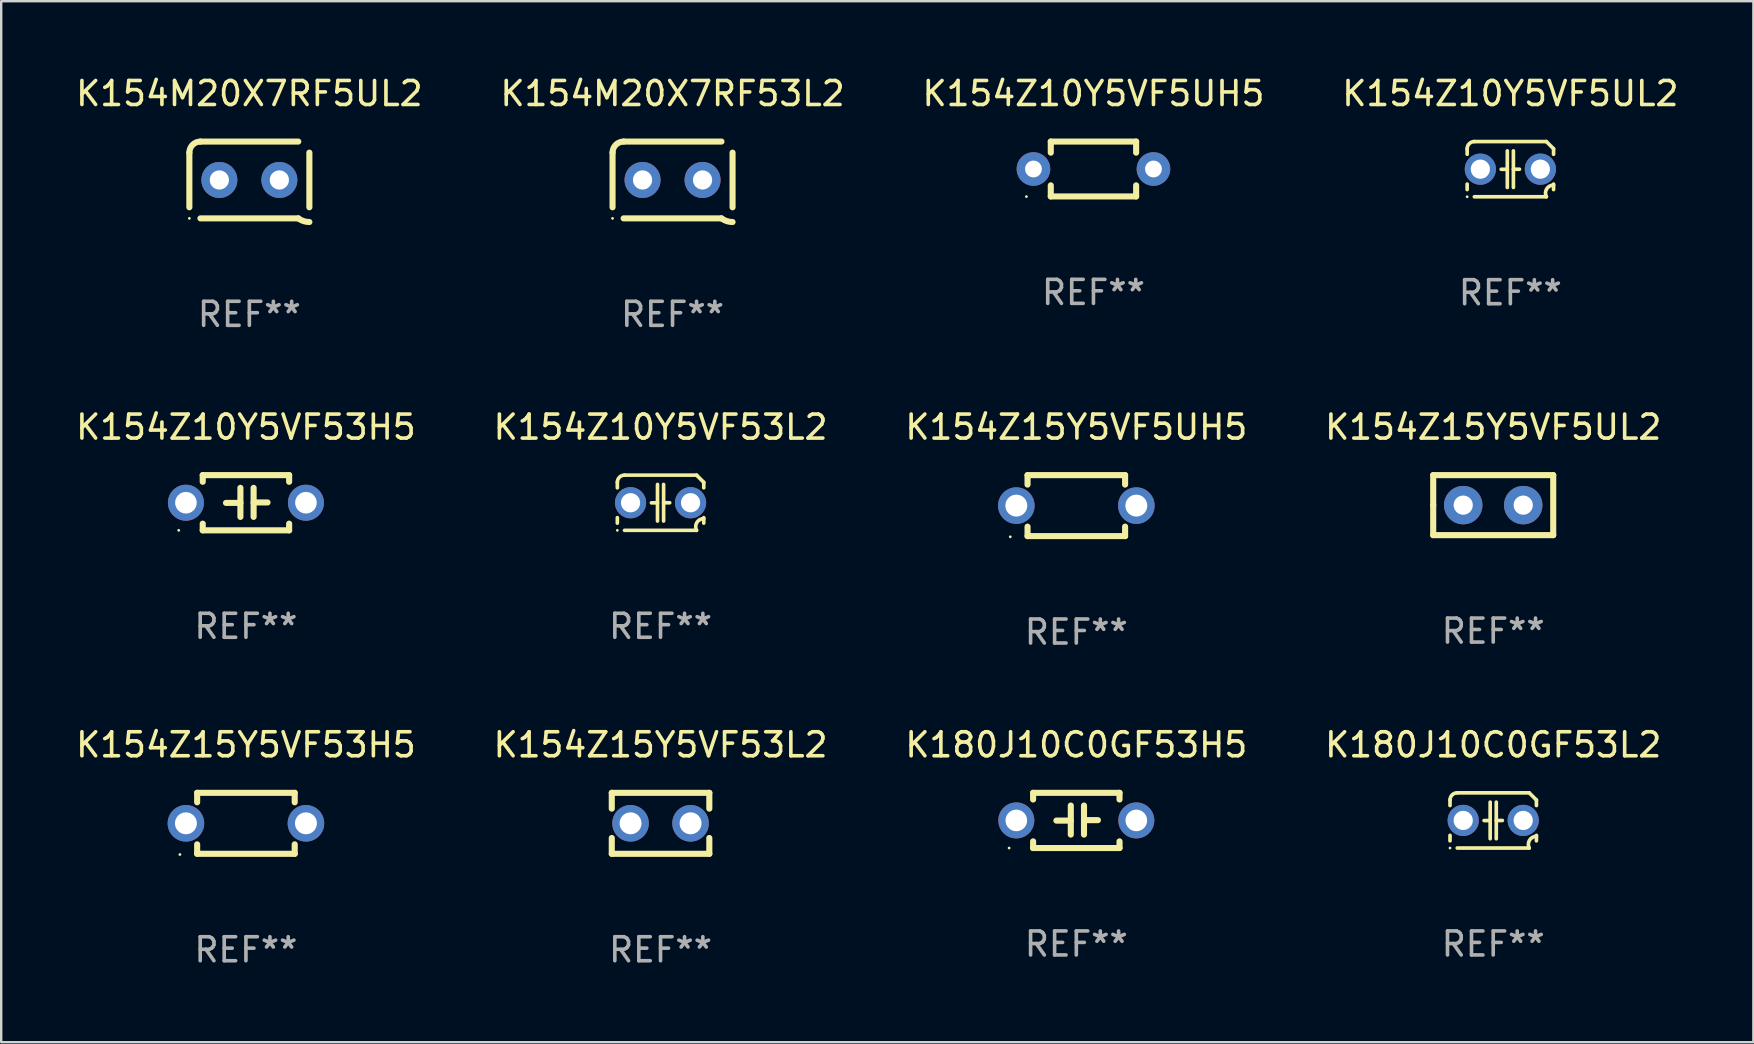
<source format=kicad_pcb>
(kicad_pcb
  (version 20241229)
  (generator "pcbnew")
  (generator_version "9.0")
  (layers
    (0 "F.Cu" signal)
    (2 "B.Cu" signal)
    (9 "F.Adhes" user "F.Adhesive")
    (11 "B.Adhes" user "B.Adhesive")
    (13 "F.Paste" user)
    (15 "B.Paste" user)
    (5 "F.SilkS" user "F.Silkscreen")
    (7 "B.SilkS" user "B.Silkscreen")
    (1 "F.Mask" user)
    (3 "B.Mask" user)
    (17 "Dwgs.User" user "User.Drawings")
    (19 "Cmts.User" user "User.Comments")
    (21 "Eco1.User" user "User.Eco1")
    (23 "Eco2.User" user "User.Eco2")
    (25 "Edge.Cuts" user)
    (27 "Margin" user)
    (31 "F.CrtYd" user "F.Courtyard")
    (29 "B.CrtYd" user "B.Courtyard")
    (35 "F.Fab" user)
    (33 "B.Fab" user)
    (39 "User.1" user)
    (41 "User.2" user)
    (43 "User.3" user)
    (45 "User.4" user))
  (footprint "K154M20X7RF5UL2"
    (layer "F.Cu")
    (at 7.339 4.448)
    (property "Reference" "K154M20X7RF5UL2" (at 0 -3.6 0) (layer "F.SilkS") (effects (font (size 1 1) (thickness 0.15))))
    (attr through_hole)
    (fp_line (start -2.5 1.138) (end -2.5 -1.138) (stroke (width 0.254) (type solid)) (layer "F.SilkS"))
    (fp_line (start -2.038 1.6) (end 2.038 1.6) (stroke (width 0.254) (type solid)) (layer "F.SilkS"))
    (fp_line (start 2.038 -1.6) (end -2.038 -1.6) (stroke (width 0.254) (type solid)) (layer "F.SilkS"))
    (fp_line (start 2.5 -1.138) (end 2.5 1.138) (stroke (width 0.254) (type solid)) (layer "F.SilkS"))
    (fp_arc (start -2.5 -1.137744) (mid -2.364601 -1.464626) (end -2.037719 -1.600025) (stroke (width 0.254001) (type solid)) (layer "F.SilkS"))
    (fp_arc (start -2.5 1.137719) (mid 2.500022 -1.137741) (end -2.5 1.137719) (stroke (width 0.254001) (type solid)) (layer "F.SilkS"))
    (fp_arc (start 2.5 1.751767) (mid 2.256726 1.712861) (end 2.037719 1.600025) (stroke (width 0.254001) (type solid)) (layer "F.SilkS"))
    (fp_circle (center -2.5 1.6) (end -2.47 1.6) (stroke (width 0.06) (type solid)) (fill no) (layer "F.SilkS"))
    (fp_text user "REF**" (at 0 5.6 0) (layer "F.Fab") (effects (font (size 1 1) (thickness 0.15))))
    (pad "1" thru_hole circle (at -1.25 -0.000076) (size 1.5 1.5) (drill 0.8) (layers "*.Cu" "*.Mask"))
    (pad "2" thru_hole circle (at 1.25 -0.000076) (size 1.5 1.5) (drill 0.8) (layers "*.Cu" "*.Mask")))
  (footprint "K180J10C0GF53H5"
    (layer "F.Cu")
    (at 41.792 31.131)
    (property "Reference" "K180J10C0GF53H5" (at 0 -3.15 0) (layer "F.SilkS") (effects (font (size 1 1) (thickness 0.15))))
    (attr through_hole)
    (fp_line (start -1.8 -1.15) (end -1.8 -0.872) (stroke (width 0.254) (type solid)) (layer "F.SilkS"))
    (fp_line (start -1.8 -1.15) (end 1.8 -1.15) (stroke (width 0.254) (type solid)) (layer "F.SilkS"))
    (fp_line (start -1.8 0.872) (end -1.8 1.15) (stroke (width 0.254) (type solid)) (layer "F.SilkS"))
    (fp_line (start -1.8 1.15) (end 1.8 1.15) (stroke (width 0.254) (type solid)) (layer "F.SilkS"))
    (fp_line (start -0.23 -0.62) (end -0.23 0.59) (stroke (width 0.254) (type solid)) (layer "F.SilkS"))
    (fp_line (start -0.23 0.007) (end -0.83 0.007) (stroke (width 0.254) (type solid)) (layer "F.SilkS"))
    (fp_line (start 0.32 -0.62) (end 0.32 0.59) (stroke (width 0.254) (type solid)) (layer "F.SilkS"))
    (fp_line (start 0.32 -0.012) (end 0.9 -0.012) (stroke (width 0.254) (type solid)) (layer "F.SilkS"))
    (fp_line (start 1.8 -1.15) (end 1.8 -0.872) (stroke (width 0.254) (type solid)) (layer "F.SilkS"))
    (fp_line (start 1.8 0.872) (end 1.8 1.15) (stroke (width 0.254) (type solid)) (layer "F.SilkS"))
    (fp_circle (center -2.8 1.15) (end -2.77 1.15) (stroke (width 0.06) (type solid)) (fill no) (layer "F.SilkS"))
    (fp_text user "REF**" (at 0 5.15 0) (layer "F.Fab") (effects (font (size 1 1) (thickness 0.15))))
    (pad "1" thru_hole circle (at -2.5 0) (size 1.5 1.5) (drill 0.9) (layers "*.Cu" "*.Mask"))
    (pad "2" thru_hole circle (at 2.5 0) (size 1.5 1.5) (drill 0.9) (layers "*.Cu" "*.Mask")))
  (footprint "K154Z15Y5VF5UH5"
    (layer "F.Cu")
    (at 41.792 18.015)
    (property "Reference" "K154Z15Y5VF5UH5" (at 0 -3.27 0) (layer "F.SilkS") (effects (font (size 1 1) (thickness 0.15))))
    (attr through_hole)
    (fp_line (start -2.032 -1.27) (end -2.032 -0.876) (stroke (width 0.254) (type solid)) (layer "F.SilkS"))
    (fp_line (start -2.032 0.876) (end -2.032 1.27) (stroke (width 0.254) (type solid)) (layer "F.SilkS"))
    (fp_line (start -2.032 1.27) (end 2.032 1.27) (stroke (width 0.254) (type solid)) (layer "F.SilkS"))
    (fp_line (start 2.032 -1.27) (end -2.032 -1.27) (stroke (width 0.254) (type solid)) (layer "F.SilkS"))
    (fp_line (start 2.032 -0.876) (end 2.032 -1.27) (stroke (width 0.254) (type solid)) (layer "F.SilkS"))
    (fp_line (start 2.032 1.27) (end 2.032 0.876) (stroke (width 0.254) (type solid)) (layer "F.SilkS"))
    (fp_circle (center -2.751 1.3) (end -2.721 1.3) (stroke (width 0.06) (type solid)) (fill no) (layer "F.SilkS"))
    (fp_text user "REF**" (at 0 5.27 0) (layer "F.Fab") (effects (font (size 1 1) (thickness 0.15))))
    (pad "1" thru_hole circle (at -2.5 0) (size 1.524 1.524) (drill 0.914) (layers "*.Cu" "*.Mask"))
    (pad "2" thru_hole circle (at 2.5 0) (size 1.524 1.524) (drill 0.914) (layers "*.Cu" "*.Mask")))
  (footprint "K154Z10Y5VF5UH5"
    (layer "F.Cu")
    (at 42.506 3.991)
    (property "Reference" "K154Z10Y5VF5UH5" (at 0 -3.143 0) (layer "F.SilkS") (effects (font (size 1 1) (thickness 0.15))))
    (attr through_hole)
    (fp_line (start -1.778 -1.143) (end 1.778 -1.143) (stroke (width 0.254) (type solid)) (layer "F.SilkS"))
    (fp_line (start -1.778 -0.681) (end -1.778 -1.143) (stroke (width 0.254) (type solid)) (layer "F.SilkS"))
    (fp_line (start -1.778 1.143) (end -1.778 0.681) (stroke (width 0.254) (type solid)) (layer "F.SilkS"))
    (fp_line (start 1.778 -1.143) (end 1.778 -0.681) (stroke (width 0.254) (type solid)) (layer "F.SilkS"))
    (fp_line (start 1.778 0.681) (end 1.778 1.143) (stroke (width 0.254) (type solid)) (layer "F.SilkS"))
    (fp_line (start 1.778 1.143) (end -1.778 1.143) (stroke (width 0.254) (type solid)) (layer "F.SilkS"))
    (fp_circle (center -2.794 1.15) (end -2.764 1.15) (stroke (width 0.06) (type solid)) (fill no) (layer "F.SilkS"))
    (fp_text user "REF**" (at 0 5.143 0) (layer "F.Fab") (effects (font (size 1 1) (thickness 0.15))))
    (pad "1" thru_hole circle (at -2.5 0) (size 1.4 1.4) (drill 0.7) (layers "*.Cu" "*.Mask"))
    (pad "2" thru_hole circle (at 2.5 0) (size 1.4 1.4) (drill 0.7) (layers "*.Cu" "*.Mask")))
  (footprint "K154M20X7RF53L2"
    (layer "F.Cu")
    (at 24.97 4.448)
    (property "Reference" "K154M20X7RF53L2" (at 0 -3.6 0) (layer "F.SilkS") (effects (font (size 1 1) (thickness 0.15))))
    (attr through_hole)
    (fp_line (start -2.5 1.138) (end -2.5 -1.138) (stroke (width 0.254) (type solid)) (layer "F.SilkS"))
    (fp_line (start -2.038 1.6) (end 2.038 1.6) (stroke (width 0.254) (type solid)) (layer "F.SilkS"))
    (fp_line (start 2.038 -1.6) (end -2.038 -1.6) (stroke (width 0.254) (type solid)) (layer "F.SilkS"))
    (fp_line (start 2.5 -1.138) (end 2.5 1.138) (stroke (width 0.254) (type solid)) (layer "F.SilkS"))
    (fp_arc (start -2.5 -1.137744) (mid -2.364601 -1.464626) (end -2.037719 -1.600025) (stroke (width 0.254001) (type solid)) (layer "F.SilkS"))
    (fp_arc (start -2.5 1.137719) (mid 2.500022 -1.137741) (end -2.5 1.137719) (stroke (width 0.254001) (type solid)) (layer "F.SilkS"))
    (fp_arc (start 2.5 1.751767) (mid 2.256726 1.712861) (end 2.037719 1.600025) (stroke (width 0.254001) (type solid)) (layer "F.SilkS"))
    (fp_circle (center -2.5 1.6) (end -2.47 1.6) (stroke (width 0.06) (type solid)) (fill no) (layer "F.SilkS"))
    (fp_text user "REF**" (at 0 5.6 0) (layer "F.Fab") (effects (font (size 1 1) (thickness 0.15))))
    (pad "1" thru_hole circle (at -1.25 -0.000076) (size 1.5 1.5) (drill 0.8) (layers "*.Cu" "*.Mask"))
    (pad "2" thru_hole circle (at 1.25 -0.000076) (size 1.5 1.5) (drill 0.8) (layers "*.Cu" "*.Mask")))
  (footprint "K154Z10Y5VF53H5"
    (layer "F.Cu")
    (at 7.196 17.895)
    (property "Reference" "K154Z10Y5VF53H5" (at 0 -3.15 0) (layer "F.SilkS") (effects (font (size 1 1) (thickness 0.15))))
    (attr through_hole)
    (fp_line (start -1.8 -1.15) (end -1.8 -0.872) (stroke (width 0.254) (type solid)) (layer "F.SilkS"))
    (fp_line (start -1.8 -1.15) (end 1.8 -1.15) (stroke (width 0.254) (type solid)) (layer "F.SilkS"))
    (fp_line (start -1.8 0.872) (end -1.8 1.15) (stroke (width 0.254) (type solid)) (layer "F.SilkS"))
    (fp_line (start -1.8 1.15) (end 1.8 1.15) (stroke (width 0.254) (type solid)) (layer "F.SilkS"))
    (fp_line (start -0.23 -0.62) (end -0.23 0.59) (stroke (width 0.254) (type solid)) (layer "F.SilkS"))
    (fp_line (start -0.23 0.007) (end -0.83 0.007) (stroke (width 0.254) (type solid)) (layer "F.SilkS"))
    (fp_line (start 0.32 -0.62) (end 0.32 0.59) (stroke (width 0.254) (type solid)) (layer "F.SilkS"))
    (fp_line (start 0.32 -0.012) (end 0.9 -0.012) (stroke (width 0.254) (type solid)) (layer "F.SilkS"))
    (fp_line (start 1.8 -1.15) (end 1.8 -0.872) (stroke (width 0.254) (type solid)) (layer "F.SilkS"))
    (fp_line (start 1.8 0.872) (end 1.8 1.15) (stroke (width 0.254) (type solid)) (layer "F.SilkS"))
    (fp_circle (center -2.8 1.15) (end -2.77 1.15) (stroke (width 0.06) (type solid)) (fill no) (layer "F.SilkS"))
    (fp_text user "REF**" (at 0 5.15 0) (layer "F.Fab") (effects (font (size 1 1) (thickness 0.15))))
    (pad "1" thru_hole circle (at -2.5 0) (size 1.5 1.5) (drill 0.9) (layers "*.Cu" "*.Mask"))
    (pad "2" thru_hole circle (at 2.5 0) (size 1.5 1.5) (drill 0.9) (layers "*.Cu" "*.Mask")))
  (footprint "K154Z10Y5VF53L2"
    (layer "F.Cu")
    (at 24.47 17.895)
    (property "Reference" "K154Z10Y5VF53L2" (at 0 -3.15 0) (layer "F.SilkS") (effects (font (size 1 1) (thickness 0.15))))
    (attr through_hole)
    (fp_line (start -1.8 -0.621) (end -1.8 -0.85) (stroke (width 0.152) (type solid)) (layer "F.SilkS"))
    (fp_line (start -1.8 0.85) (end -1.8 0.621) (stroke (width 0.152) (type solid)) (layer "F.SilkS"))
    (fp_line (start -1.5 -1.15) (end 1.5 -1.15) (stroke (width 0.152) (type solid)) (layer "F.SilkS"))
    (fp_line (start -0.127 -0.762) (end -0.127 0.762) (stroke (width 0.152) (type solid)) (layer "F.SilkS"))
    (fp_line (start -0.127 0.005) (end -0.381 0.005) (stroke (width 0.152) (type solid)) (layer "F.SilkS"))
    (fp_line (start 0.127 -0.762) (end 0.127 0.762) (stroke (width 0.152) (type solid)) (layer "F.SilkS"))
    (fp_line (start 0.127 0.002) (end 0.381 0.002) (stroke (width 0.152) (type solid)) (layer "F.SilkS"))
    (fp_line (start 1.5 1.15) (end -1.5 1.15) (stroke (width 0.152) (type solid)) (layer "F.SilkS"))
    (fp_line (start 1.8 -0.85) (end 1.8 -0.621) (stroke (width 0.152) (type solid)) (layer "F.SilkS"))
    (fp_line (start 1.8 0.621) (end 1.8 0.85) (stroke (width 0.152) (type solid)) (layer "F.SilkS"))
    (fp_arc (start -1.799975 -0.849987) (mid -1.712107 -1.062119) (end -1.499975 -1.149987) (stroke (width 0.151994) (type solid)) (layer "F.SilkS"))
    (fp_arc (start 1.499975 1.149987) (mid 1.513726 0.822359) (end 1.799975 0.662387) (stroke (width 0.151994) (type solid)) (layer "F.SilkS"))
    (fp_arc (start 1.500001 -1.149986) (mid 1.650015 -1.000001) (end 1.8 -0.849987) (stroke (width 0.151994) (type solid)) (layer "F.SilkS"))
    (fp_circle (center -1.8 1.15) (end -1.77 1.15) (stroke (width 0.06) (type solid)) (fill no) (layer "F.SilkS"))
    (fp_text user "REF**" (at 0 5.15 0) (layer "F.Fab") (effects (font (size 1 1) (thickness 0.15))))
    (pad "1" thru_hole circle (at -1.25 0) (size 1.3 1.3) (drill 0.8) (layers "*.Cu" "*.Mask"))
    (pad "2" thru_hole circle (at 1.25 0) (size 1.3 1.3) (drill 0.8) (layers "*.Cu" "*.Mask")))
  (footprint "K180J10C0GF53L2"
    (layer "F.Cu")
    (at 59.161 31.131)
    (property "Reference" "K180J10C0GF53L2" (at 0 -3.15 0) (layer "F.SilkS") (effects (font (size 1 1) (thickness 0.15))))
    (attr through_hole)
    (fp_line (start -1.8 -0.621) (end -1.8 -0.85) (stroke (width 0.152) (type solid)) (layer "F.SilkS"))
    (fp_line (start -1.8 0.85) (end -1.8 0.621) (stroke (width 0.152) (type solid)) (layer "F.SilkS"))
    (fp_line (start -1.5 -1.15) (end 1.5 -1.15) (stroke (width 0.152) (type solid)) (layer "F.SilkS"))
    (fp_line (start -0.127 -0.762) (end -0.127 0.762) (stroke (width 0.152) (type solid)) (layer "F.SilkS"))
    (fp_line (start -0.127 0.005) (end -0.381 0.005) (stroke (width 0.152) (type solid)) (layer "F.SilkS"))
    (fp_line (start 0.127 -0.762) (end 0.127 0.762) (stroke (width 0.152) (type solid)) (layer "F.SilkS"))
    (fp_line (start 0.127 0.002) (end 0.381 0.002) (stroke (width 0.152) (type solid)) (layer "F.SilkS"))
    (fp_line (start 1.5 1.15) (end -1.5 1.15) (stroke (width 0.152) (type solid)) (layer "F.SilkS"))
    (fp_line (start 1.8 -0.85) (end 1.8 -0.621) (stroke (width 0.152) (type solid)) (layer "F.SilkS"))
    (fp_line (start 1.8 0.621) (end 1.8 0.85) (stroke (width 0.152) (type solid)) (layer "F.SilkS"))
    (fp_arc (start -1.799975 -0.849987) (mid -1.712107 -1.062119) (end -1.499975 -1.149987) (stroke (width 0.151994) (type solid)) (layer "F.SilkS"))
    (fp_arc (start 1.499975 1.149987) (mid 1.513726 0.822359) (end 1.799975 0.662387) (stroke (width 0.151994) (type solid)) (layer "F.SilkS"))
    (fp_arc (start 1.500001 -1.149986) (mid 1.650015 -1.000001) (end 1.8 -0.849987) (stroke (width 0.151994) (type solid)) (layer "F.SilkS"))
    (fp_circle (center -1.8 1.15) (end -1.77 1.15) (stroke (width 0.06) (type solid)) (fill no) (layer "F.SilkS"))
    (fp_text user "REF**" (at 0 5.15 0) (layer "F.Fab") (effects (font (size 1 1) (thickness 0.15))))
    (pad "1" thru_hole circle (at -1.25 0) (size 1.3 1.3) (drill 0.8) (layers "*.Cu" "*.Mask"))
    (pad "2" thru_hole circle (at 1.25 0) (size 1.3 1.3) (drill 0.8) (layers "*.Cu" "*.Mask")))
  (footprint "K154Z15Y5VF53H5"
    (layer "F.Cu")
    (at 7.196 31.251)
    (property "Reference" "K154Z15Y5VF53H5" (at 0 -3.27 0) (layer "F.SilkS") (effects (font (size 1 1) (thickness 0.15))))
    (attr through_hole)
    (fp_line (start -2.032 -1.27) (end -2.032 -0.876) (stroke (width 0.254) (type solid)) (layer "F.SilkS"))
    (fp_line (start -2.032 0.876) (end -2.032 1.27) (stroke (width 0.254) (type solid)) (layer "F.SilkS"))
    (fp_line (start -2.032 1.27) (end 2.032 1.27) (stroke (width 0.254) (type solid)) (layer "F.SilkS"))
    (fp_line (start 2.032 -1.27) (end -2.032 -1.27) (stroke (width 0.254) (type solid)) (layer "F.SilkS"))
    (fp_line (start 2.032 -0.876) (end 2.032 -1.27) (stroke (width 0.254) (type solid)) (layer "F.SilkS"))
    (fp_line (start 2.032 1.27) (end 2.032 0.876) (stroke (width 0.254) (type solid)) (layer "F.SilkS"))
    (fp_circle (center -2.751 1.3) (end -2.721 1.3) (stroke (width 0.06) (type solid)) (fill no) (layer "F.SilkS"))
    (fp_text user "REF**" (at 0 5.27 0) (layer "F.Fab") (effects (font (size 1 1) (thickness 0.15))))
    (pad "1" thru_hole circle (at -2.5 0) (size 1.524 1.524) (drill 0.914) (layers "*.Cu" "*.Mask"))
    (pad "2" thru_hole circle (at 2.5 0) (size 1.524 1.524) (drill 0.914) (layers "*.Cu" "*.Mask")))
  (footprint "K154Z15Y5VF53L2"
    (layer "F.Cu")
    (at 24.47 31.251)
    (property "Reference" "K154Z15Y5VF53L2" (at 0 -3.27 0) (layer "F.SilkS") (effects (font (size 1 1) (thickness 0.15))))
    (attr through_hole)
    (fp_line (start -2.032 -1.27) (end -2.032 -0.611) (stroke (width 0.254) (type solid)) (layer "F.SilkS"))
    (fp_line (start -2.032 0.611) (end -2.032 1.27) (stroke (width 0.254) (type solid)) (layer "F.SilkS"))
    (fp_line (start -2.032 1.27) (end 2.032 1.27) (stroke (width 0.254) (type solid)) (layer "F.SilkS"))
    (fp_line (start 2.032 -1.27) (end -2.032 -1.27) (stroke (width 0.254) (type solid)) (layer "F.SilkS"))
    (fp_line (start 2.032 -0.611) (end 2.032 -1.27) (stroke (width 0.254) (type solid)) (layer "F.SilkS"))
    (fp_line (start 2.032 1.27) (end 2.032 0.611) (stroke (width 0.254) (type solid)) (layer "F.SilkS"))
    (fp_circle (center -2 1.3) (end -1.97 1.3) (stroke (width 0.06) (type solid)) (fill no) (layer "F.SilkS"))
    (fp_text user "REF**" (at 0 5.27 0) (layer "F.Fab") (effects (font (size 1 1) (thickness 0.15))))
    (pad "1" thru_hole circle (at -1.25 0) (size 1.524 1.524) (drill 0.914) (layers "*.Cu" "*.Mask"))
    (pad "2" thru_hole circle (at 1.25 0) (size 1.524 1.524) (drill 0.914) (layers "*.Cu" "*.Mask")))
  (footprint "K154Z15Y5VF5UL2"
    (layer "F.Cu")
    (at 59.161 17.995)
    (property "Reference" "K154Z15Y5VF5UL2" (at 0 -3.25 0) (layer "F.SilkS") (effects (font (size 1 1) (thickness 0.15))))
    (attr through_hole)
    (fp_line (start -2.5 -1.25) (end 2.5 -1.25) (stroke (width 0.254) (type solid)) (layer "F.SilkS"))
    (fp_line (start -2.5 0) (end -2.5 -1.25) (stroke (width 0.254) (type solid)) (layer "F.SilkS"))
    (fp_line (start -2.5 1.25) (end -2.5 0) (stroke (width 0.254) (type solid)) (layer "F.SilkS"))
    (fp_line (start 2.5 -1.25) (end 2.5 1.25) (stroke (width 0.254) (type solid)) (layer "F.SilkS"))
    (fp_line (start 2.5 1.25) (end -2.5 1.25) (stroke (width 0.254) (type solid)) (layer "F.SilkS"))
    (fp_circle (center -2.5 1.25) (end -2.47 1.25) (stroke (width 0.06) (type solid)) (fill no) (layer "F.SilkS"))
    (fp_text user "REF**" (at 0 5.25 0) (layer "F.Fab") (effects (font (size 1 1) (thickness 0.15))))
    (pad "1" thru_hole circle (at -1.25 0) (size 1.6 1.6) (drill 0.8) (layers "*.Cu" "*.Mask"))
    (pad "2" thru_hole circle (at 1.25 0) (size 1.6 1.6) (drill 0.8) (layers "*.Cu" "*.Mask")))
  (footprint "K154Z10Y5VF5UL2"
    (layer "F.Cu")
    (at 59.875 3.998)
    (property "Reference" "K154Z10Y5VF5UL2" (at 0 -3.15 0) (layer "F.SilkS") (effects (font (size 1 1) (thickness 0.15))))
    (attr through_hole)
    (fp_line (start -1.8 -0.621) (end -1.8 -0.85) (stroke (width 0.152) (type solid)) (layer "F.SilkS"))
    (fp_line (start -1.8 0.85) (end -1.8 0.621) (stroke (width 0.152) (type solid)) (layer "F.SilkS"))
    (fp_line (start -1.5 -1.15) (end 1.5 -1.15) (stroke (width 0.152) (type solid)) (layer "F.SilkS"))
    (fp_line (start -0.127 -0.762) (end -0.127 0.762) (stroke (width 0.152) (type solid)) (layer "F.SilkS"))
    (fp_line (start -0.127 0.005) (end -0.381 0.005) (stroke (width 0.152) (type solid)) (layer "F.SilkS"))
    (fp_line (start 0.127 -0.762) (end 0.127 0.762) (stroke (width 0.152) (type solid)) (layer "F.SilkS"))
    (fp_line (start 0.127 0.002) (end 0.381 0.002) (stroke (width 0.152) (type solid)) (layer "F.SilkS"))
    (fp_line (start 1.5 1.15) (end -1.5 1.15) (stroke (width 0.152) (type solid)) (layer "F.SilkS"))
    (fp_line (start 1.8 -0.85) (end 1.8 -0.621) (stroke (width 0.152) (type solid)) (layer "F.SilkS"))
    (fp_line (start 1.8 0.621) (end 1.8 0.85) (stroke (width 0.152) (type solid)) (layer "F.SilkS"))
    (fp_arc (start -1.799975 -0.849987) (mid -1.712107 -1.062119) (end -1.499975 -1.149987) (stroke (width 0.151994) (type solid)) (layer "F.SilkS"))
    (fp_arc (start 1.499975 1.149987) (mid 1.513726 0.822359) (end 1.799975 0.662387) (stroke (width 0.151994) (type solid)) (layer "F.SilkS"))
    (fp_arc (start 1.500001 -1.149986) (mid 1.650015 -1.000001) (end 1.8 -0.849987) (stroke (width 0.151994) (type solid)) (layer "F.SilkS"))
    (fp_circle (center -1.8 1.15) (end -1.77 1.15) (stroke (width 0.06) (type solid)) (fill no) (layer "F.SilkS"))
    (fp_text user "REF**" (at 0 5.15 0) (layer "F.Fab") (effects (font (size 1 1) (thickness 0.15))))
    (pad "1" thru_hole circle (at -1.25 0) (size 1.3 1.3) (drill 0.8) (layers "*.Cu" "*.Mask"))
    (pad "2" thru_hole circle (at 1.25 0) (size 1.3 1.3) (drill 0.8) (layers "*.Cu" "*.Mask")))
  (gr_rect
    (start -3 -3)
    (end 70 40.37)
    (stroke (width 0.1) (type default))
    (fill no)
    (layer "Edge.Cuts")))
</source>
